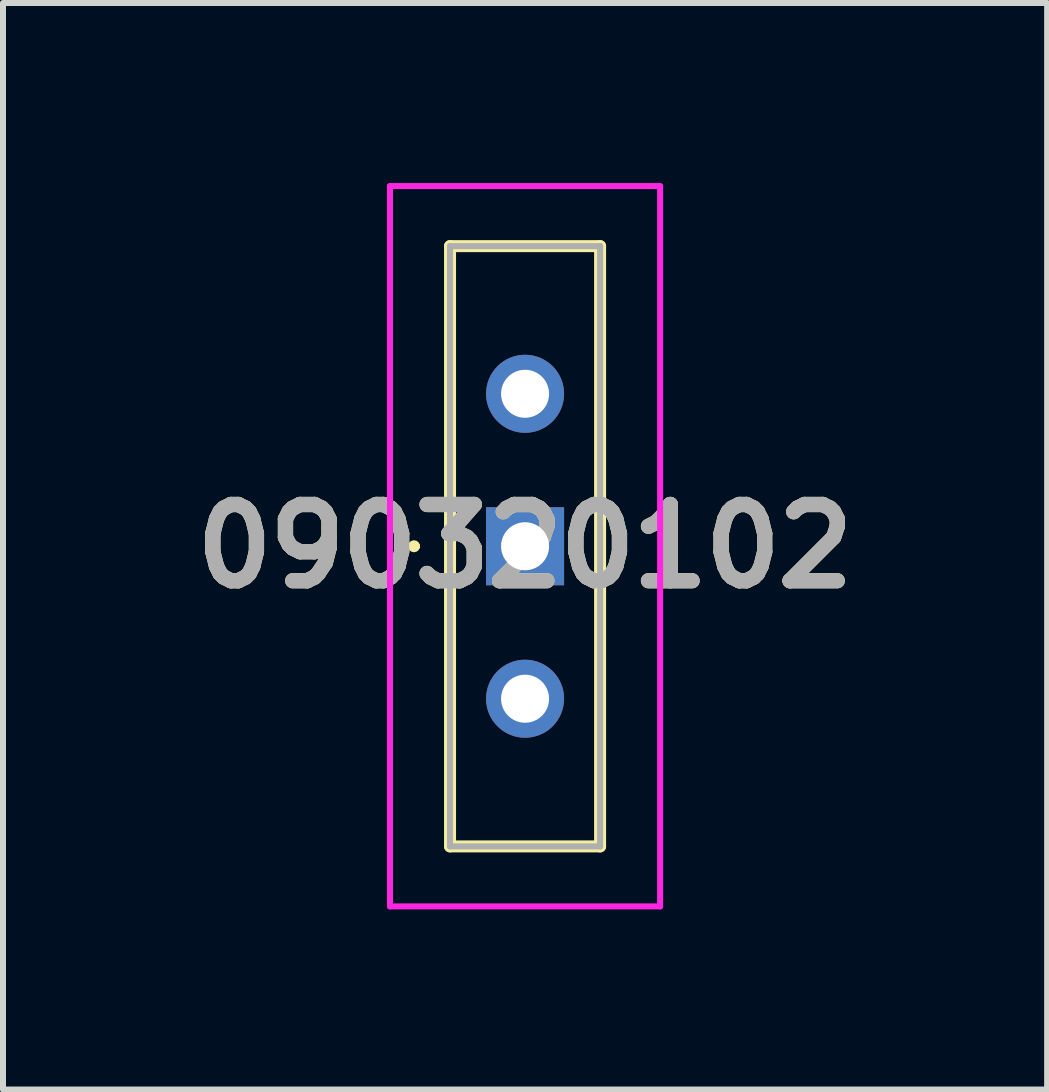
<source format=kicad_pcb>
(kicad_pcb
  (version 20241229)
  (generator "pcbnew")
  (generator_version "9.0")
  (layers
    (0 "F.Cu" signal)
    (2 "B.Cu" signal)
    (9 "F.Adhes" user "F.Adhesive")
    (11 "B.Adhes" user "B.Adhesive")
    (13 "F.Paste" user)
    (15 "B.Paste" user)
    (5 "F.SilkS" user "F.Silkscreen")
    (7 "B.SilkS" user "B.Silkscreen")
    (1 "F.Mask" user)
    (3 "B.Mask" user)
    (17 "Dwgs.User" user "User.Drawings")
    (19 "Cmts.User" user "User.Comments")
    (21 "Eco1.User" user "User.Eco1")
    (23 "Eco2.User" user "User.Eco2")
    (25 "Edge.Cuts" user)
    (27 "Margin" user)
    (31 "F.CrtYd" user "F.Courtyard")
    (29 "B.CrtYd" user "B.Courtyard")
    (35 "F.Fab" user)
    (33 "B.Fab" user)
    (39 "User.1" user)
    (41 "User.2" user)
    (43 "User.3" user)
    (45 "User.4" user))
  (footprint "090320102"
    (layer "F.Cu")
    (at 5.697 6.05)
    (property "Reference" "090320102" (at 0 0 0) (layer "F.SilkS") (effects (font (size 1.27 1.27) (thickness 0.254))))
    (attr through_hole)
    (fp_line (start -1.9 0) (end -1.9 0) (stroke (width 0.1) (type solid)) (layer "F.SilkS"))
    (fp_line (start -1.8 0) (end -1.8 0) (stroke (width 0.1) (type solid)) (layer "F.SilkS"))
    (fp_line (start -1.25 -5) (end 1.25 -5) (stroke (width 0.2) (type solid)) (layer "F.SilkS"))
    (fp_line (start -1.25 5) (end -1.25 -5) (stroke (width 0.2) (type solid)) (layer "F.SilkS"))
    (fp_line (start 1.25 -5) (end 1.25 5) (stroke (width 0.2) (type solid)) (layer "F.SilkS"))
    (fp_line (start 1.25 5) (end -1.25 5) (stroke (width 0.2) (type solid)) (layer "F.SilkS"))
    (fp_arc (start -1.9 0) (mid -1.85 -0.05) (end -1.8 0) (stroke (width 0.1) (type solid)) (layer "F.SilkS"))
    (fp_arc (start -1.8 0) (mid -1.85 0.05) (end -1.9 0) (stroke (width 0.1) (type solid)) (layer "F.SilkS"))
    (fp_line (start -2.25 -6) (end 2.25 -6) (stroke (width 0.1) (type solid)) (layer "F.CrtYd"))
    (fp_line (start -2.25 6) (end -2.25 -6) (stroke (width 0.1) (type solid)) (layer "F.CrtYd"))
    (fp_line (start 2.25 -6) (end 2.25 6) (stroke (width 0.1) (type solid)) (layer "F.CrtYd"))
    (fp_line (start 2.25 6) (end -2.25 6) (stroke (width 0.1) (type solid)) (layer "F.CrtYd"))
    (fp_line (start -1.25 -5) (end 1.25 -5) (stroke (width 0.1) (type solid)) (layer "F.Fab"))
    (fp_line (start -1.25 5) (end -1.25 -5) (stroke (width 0.1) (type solid)) (layer "F.Fab"))
    (fp_line (start 1.25 -5) (end 1.25 5) (stroke (width 0.1) (type solid)) (layer "F.Fab"))
    (fp_line (start 1.25 5) (end -1.25 5) (stroke (width 0.1) (type solid)) (layer "F.Fab"))
    (fp_text user "${REFERENCE}" (at 0 0 0) (layer "F.Fab") (effects (font (size 1.27 1.27) (thickness 0.254))))
    (pad "1" thru_hole rect (at 0 0) (size 1.3 1.3) (drill 0.8) (layers "*.Cu" "*.Mask"))
    (pad "2" thru_hole circle (at 0 2.54) (size 1.3 1.3) (drill 0.8) (layers "*.Cu" "*.Mask"))
    (pad "3" thru_hole circle (at 0 -2.54) (size 1.3 1.3) (drill 0.8) (layers "*.Cu" "*.Mask")))
  (gr_rect
    (start -3 -3)
    (end 14.394 15.1)
    (stroke (width 0.1) (type default))
    (fill no)
    (layer "Edge.Cuts")))
</source>
